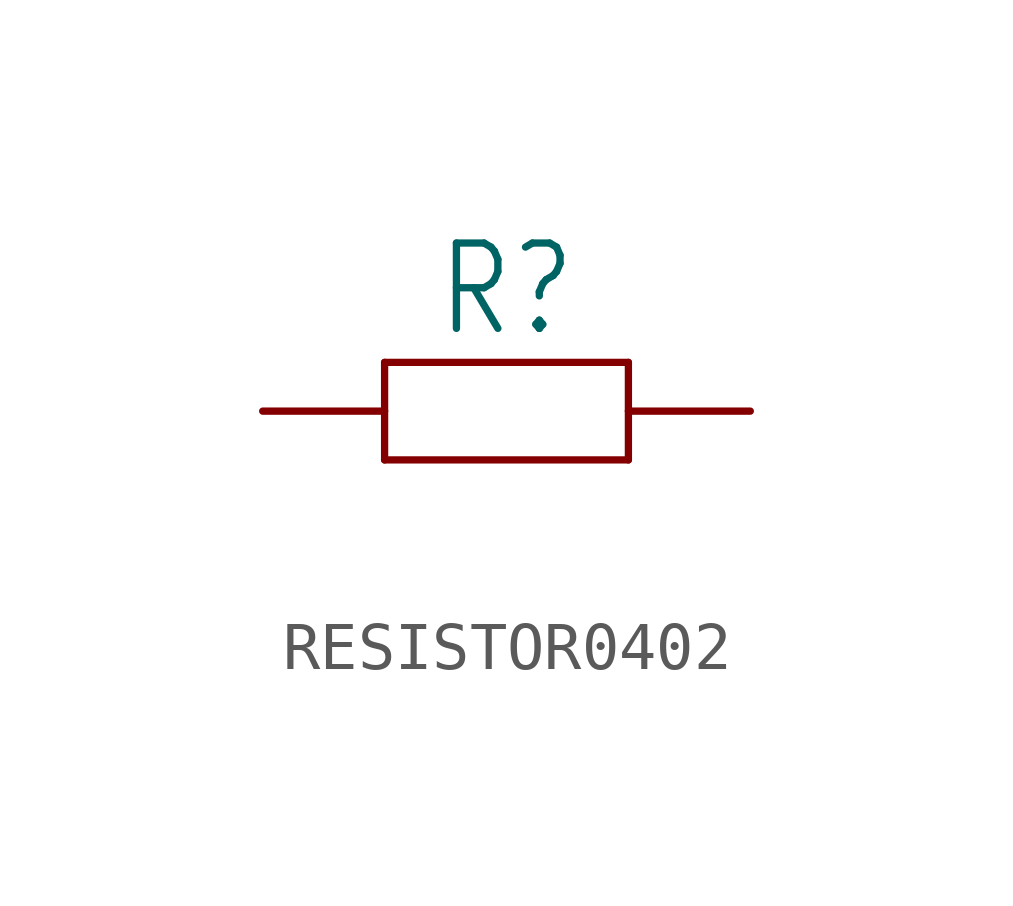
<source format=kicad_sym>
(kicad_symbol_lib
  (version 20220914)
  (generator kicad_symbol_editor)
  (symbol "RESISTOR0402"
    (property "Reference" "R"
      (at 0 1.499 0)
      (effects (font (size 1.778 1.511)) (justify bottom)))
    (property "Value" ""
      (at 0 -3.302 0)
      (effects (font (size 1.778 1.511)) (justify bottom)))
    (property "ki_locked" ""
      (at 0 0 0)
      (effects (font (size 1.27 1.27))))
    (symbol "RESISTOR0402_1_0"
      (polyline (pts (xy -2.54 -1.016) (xy -2.54 1.016)) (stroke (width 0.152) (type solid)) (fill (type none)))
      (polyline (pts (xy -2.54 -1.016) (xy 2.54 -1.016)) (stroke (width 0.152) (type solid)) (fill (type none)))
      (polyline (pts (xy -2.54 1.016) (xy 2.54 1.016)) (stroke (width 0.152) (type solid)) (fill (type none)))
      (polyline (pts (xy 2.54 -1.016) (xy 2.54 1.016)) (stroke (width 0.152) (type solid)) (fill (type none)))
      (pin passive line (at -5.08 0 0) (length 2.54) (name "1" (effects (font (size 0 0)))) (number "1" (effects (font (size 0 0)))))
      (pin passive line (at 5.08 0 180) (length 2.54) (name "2" (effects (font (size 0 0)))) (number "2" (effects (font (size 0 0))))))))
</source>
